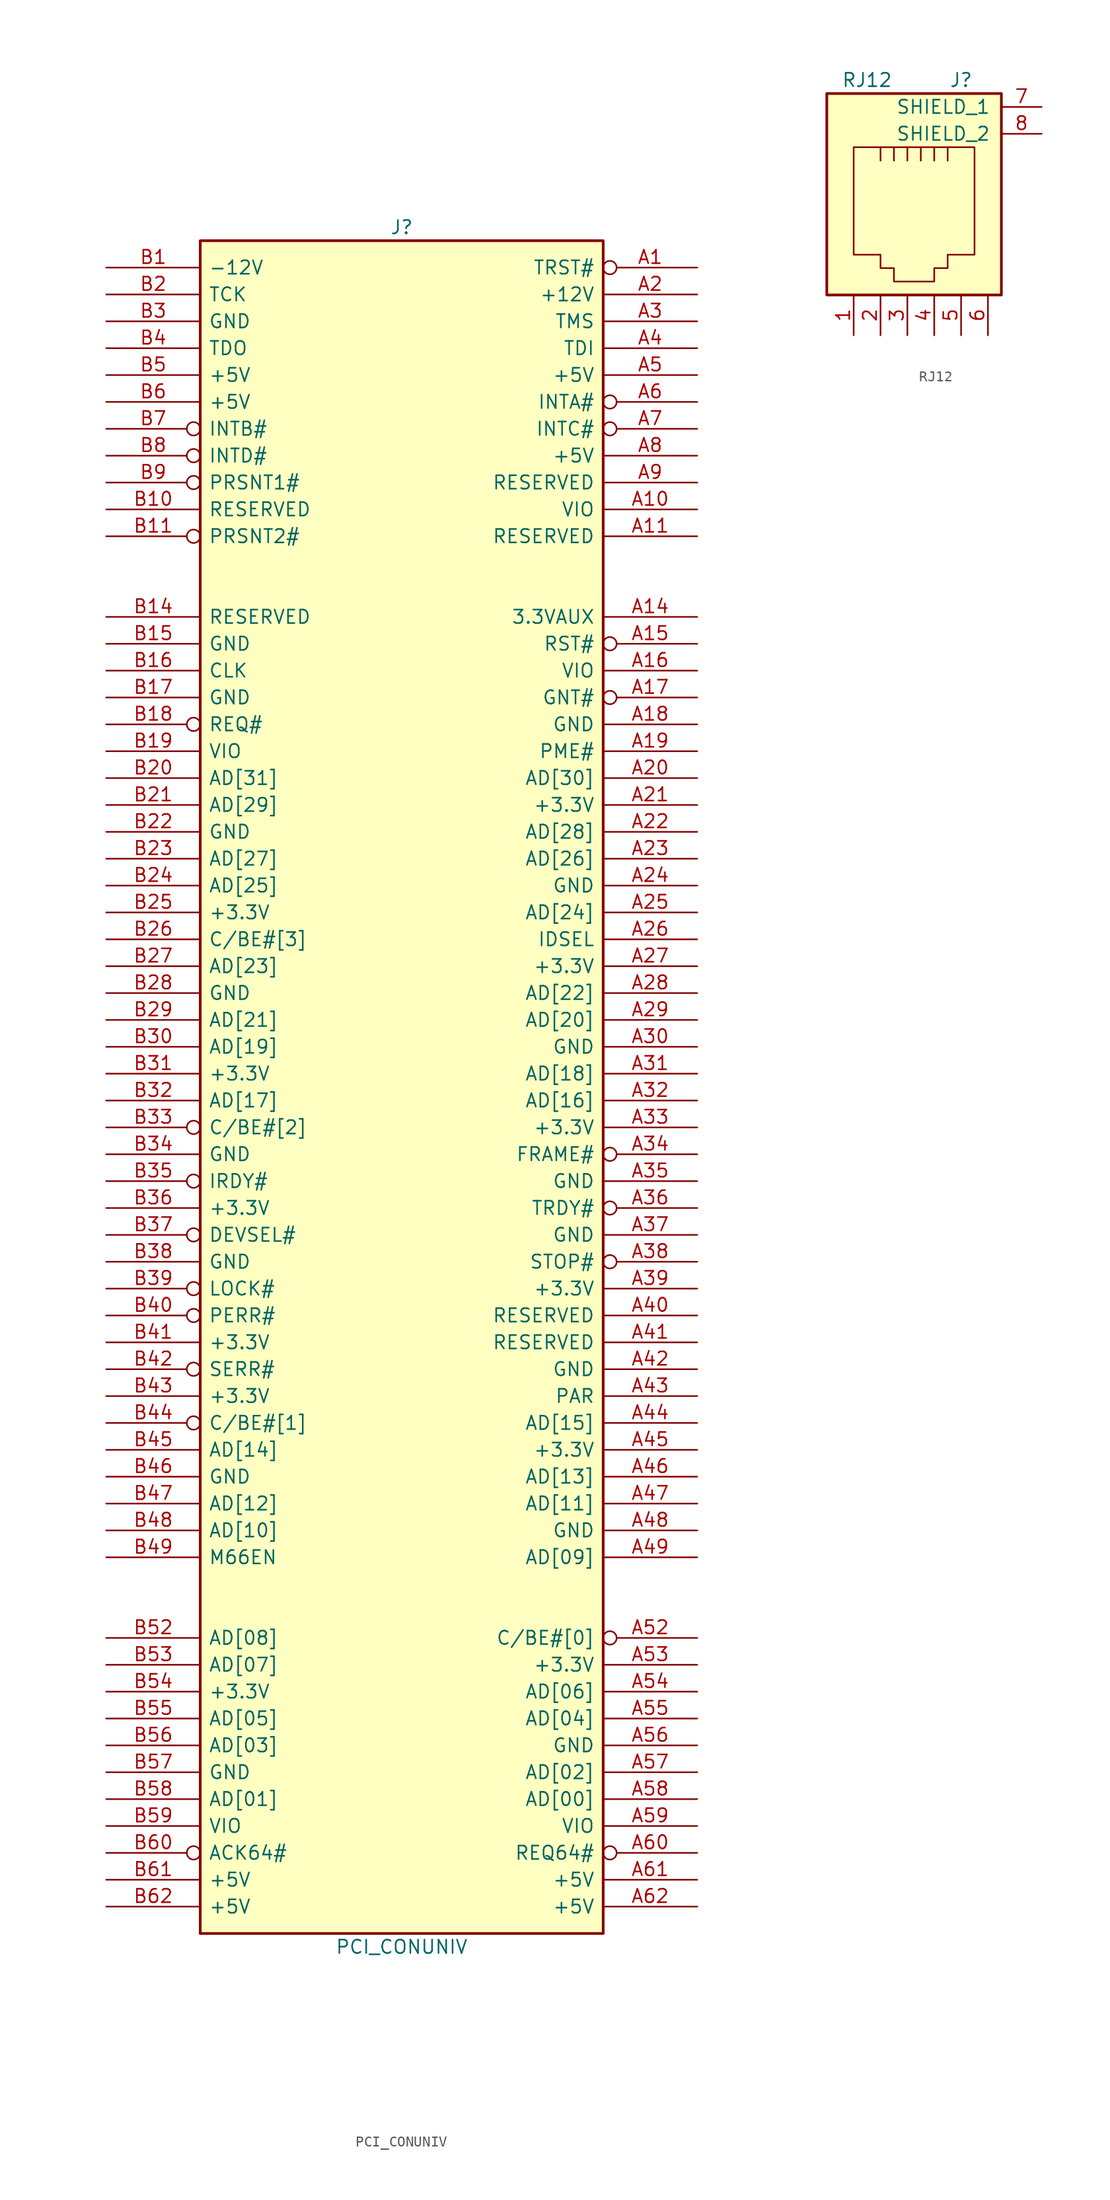
<source format=kicad_sym>
(kicad_symbol_lib
  (version 20211014)
  (generator kicad_symbol_editor)
  (symbol "PCI_CONUNIV"
    (pin_names
      (offset 0.762))
    (property "Reference" "J"
      (at 0 80.01 0)
      (effects (font (size 1.27 1.27))))
    (property "Value" "PCI_CONUNIV"
      (at 0 -82.55 0)
      (effects (font (size 1.27 1.27))))
    (symbol "PCI_CONUNIV_0_1"
      (rectangle (start -19.05 78.74) (end 19.05 -81.28) (stroke (width 0.254) (type default) (color 0 0 0 0)) (fill (type background))))
    (symbol "PCI_CONUNIV_1_1"
      (pin output inverted (at 27.94 76.2 180) (length 8.89) (name "TRST#" (effects (font (size 1.27 1.27)))) (number "A1" (effects (font (size 1.27 1.27)))))
      (pin power_in line (at 27.94 53.34 180) (length 8.89) (name "VIO" (effects (font (size 1.27 1.27)))) (number "A10" (effects (font (size 1.27 1.27)))))
      (pin passive line (at 27.94 50.8 180) (length 8.89) (name "RESERVED" (effects (font (size 1.27 1.27)))) (number "A11" (effects (font (size 1.27 1.27)))))
      (pin passive line (at 27.94 43.18 180) (length 8.89) (name "3.3VAUX" (effects (font (size 1.27 1.27)))) (number "A14" (effects (font (size 1.27 1.27)))))
      (pin output inverted (at 27.94 40.64 180) (length 8.89) (name "RST#" (effects (font (size 1.27 1.27)))) (number "A15" (effects (font (size 1.27 1.27)))))
      (pin power_in line (at 27.94 38.1 180) (length 8.89) (name "VIO" (effects (font (size 1.27 1.27)))) (number "A16" (effects (font (size 1.27 1.27)))))
      (pin bidirectional inverted (at 27.94 35.56 180) (length 8.89) (name "GNT#" (effects (font (size 1.27 1.27)))) (number "A17" (effects (font (size 1.27 1.27)))))
      (pin power_in line (at 27.94 33.02 180) (length 8.89) (name "GND" (effects (font (size 1.27 1.27)))) (number "A18" (effects (font (size 1.27 1.27)))))
      (pin passive line (at 27.94 30.48 180) (length 8.89) (name "PME#" (effects (font (size 1.27 1.27)))) (number "A19" (effects (font (size 1.27 1.27)))))
      (pin power_in line (at 27.94 73.66 180) (length 8.89) (name "+12V" (effects (font (size 1.27 1.27)))) (number "A2" (effects (font (size 1.27 1.27)))))
      (pin bidirectional line (at 27.94 27.94 180) (length 8.89) (name "AD[30]" (effects (font (size 1.27 1.27)))) (number "A20" (effects (font (size 1.27 1.27)))))
      (pin power_in line (at 27.94 25.4 180) (length 8.89) (name "+3.3V" (effects (font (size 1.27 1.27)))) (number "A21" (effects (font (size 1.27 1.27)))))
      (pin bidirectional line (at 27.94 22.86 180) (length 8.89) (name "AD[28]" (effects (font (size 1.27 1.27)))) (number "A22" (effects (font (size 1.27 1.27)))))
      (pin bidirectional line (at 27.94 20.32 180) (length 8.89) (name "AD[26]" (effects (font (size 1.27 1.27)))) (number "A23" (effects (font (size 1.27 1.27)))))
      (pin power_in line (at 27.94 17.78 180) (length 8.89) (name "GND" (effects (font (size 1.27 1.27)))) (number "A24" (effects (font (size 1.27 1.27)))))
      (pin bidirectional line (at 27.94 15.24 180) (length 8.89) (name "AD[24]" (effects (font (size 1.27 1.27)))) (number "A25" (effects (font (size 1.27 1.27)))))
      (pin output line (at 27.94 12.7 180) (length 8.89) (name "IDSEL" (effects (font (size 1.27 1.27)))) (number "A26" (effects (font (size 1.27 1.27)))))
      (pin power_in line (at 27.94 10.16 180) (length 8.89) (name "+3.3V" (effects (font (size 1.27 1.27)))) (number "A27" (effects (font (size 1.27 1.27)))))
      (pin bidirectional line (at 27.94 7.62 180) (length 8.89) (name "AD[22]" (effects (font (size 1.27 1.27)))) (number "A28" (effects (font (size 1.27 1.27)))))
      (pin bidirectional line (at 27.94 5.08 180) (length 8.89) (name "AD[20]" (effects (font (size 1.27 1.27)))) (number "A29" (effects (font (size 1.27 1.27)))))
      (pin output line (at 27.94 71.12 180) (length 8.89) (name "TMS" (effects (font (size 1.27 1.27)))) (number "A3" (effects (font (size 1.27 1.27)))))
      (pin power_in line (at 27.94 2.54 180) (length 8.89) (name "GND" (effects (font (size 1.27 1.27)))) (number "A30" (effects (font (size 1.27 1.27)))))
      (pin bidirectional line (at 27.94 0 180) (length 8.89) (name "AD[18]" (effects (font (size 1.27 1.27)))) (number "A31" (effects (font (size 1.27 1.27)))))
      (pin bidirectional line (at 27.94 -2.54 180) (length 8.89) (name "AD[16]" (effects (font (size 1.27 1.27)))) (number "A32" (effects (font (size 1.27 1.27)))))
      (pin power_in line (at 27.94 -5.08 180) (length 8.89) (name "+3.3V" (effects (font (size 1.27 1.27)))) (number "A33" (effects (font (size 1.27 1.27)))))
      (pin bidirectional inverted (at 27.94 -7.62 180) (length 8.89) (name "FRAME#" (effects (font (size 1.27 1.27)))) (number "A34" (effects (font (size 1.27 1.27)))))
      (pin power_in line (at 27.94 -10.16 180) (length 8.89) (name "GND" (effects (font (size 1.27 1.27)))) (number "A35" (effects (font (size 1.27 1.27)))))
      (pin bidirectional inverted (at 27.94 -12.7 180) (length 8.89) (name "TRDY#" (effects (font (size 1.27 1.27)))) (number "A36" (effects (font (size 1.27 1.27)))))
      (pin power_in line (at 27.94 -15.24 180) (length 8.89) (name "GND" (effects (font (size 1.27 1.27)))) (number "A37" (effects (font (size 1.27 1.27)))))
      (pin bidirectional inverted (at 27.94 -17.78 180) (length 8.89) (name "STOP#" (effects (font (size 1.27 1.27)))) (number "A38" (effects (font (size 1.27 1.27)))))
      (pin power_in line (at 27.94 -20.32 180) (length 8.89) (name "+3.3V" (effects (font (size 1.27 1.27)))) (number "A39" (effects (font (size 1.27 1.27)))))
      (pin output line (at 27.94 68.58 180) (length 8.89) (name "TDI" (effects (font (size 1.27 1.27)))) (number "A4" (effects (font (size 1.27 1.27)))))
      (pin bidirectional line (at 27.94 -22.86 180) (length 8.89) (name "RESERVED" (effects (font (size 1.27 1.27)))) (number "A40" (effects (font (size 1.27 1.27)))))
      (pin bidirectional line (at 27.94 -25.4 180) (length 8.89) (name "RESERVED" (effects (font (size 1.27 1.27)))) (number "A41" (effects (font (size 1.27 1.27)))))
      (pin power_in line (at 27.94 -27.94 180) (length 8.89) (name "GND" (effects (font (size 1.27 1.27)))) (number "A42" (effects (font (size 1.27 1.27)))))
      (pin bidirectional line (at 27.94 -30.48 180) (length 8.89) (name "PAR" (effects (font (size 1.27 1.27)))) (number "A43" (effects (font (size 1.27 1.27)))))
      (pin bidirectional line (at 27.94 -33.02 180) (length 8.89) (name "AD[15]" (effects (font (size 1.27 1.27)))) (number "A44" (effects (font (size 1.27 1.27)))))
      (pin power_in line (at 27.94 -35.56 180) (length 8.89) (name "+3.3V" (effects (font (size 1.27 1.27)))) (number "A45" (effects (font (size 1.27 1.27)))))
      (pin bidirectional line (at 27.94 -38.1 180) (length 8.89) (name "AD[13]" (effects (font (size 1.27 1.27)))) (number "A46" (effects (font (size 1.27 1.27)))))
      (pin bidirectional line (at 27.94 -40.64 180) (length 8.89) (name "AD[11]" (effects (font (size 1.27 1.27)))) (number "A47" (effects (font (size 1.27 1.27)))))
      (pin power_in line (at 27.94 -43.18 180) (length 8.89) (name "GND" (effects (font (size 1.27 1.27)))) (number "A48" (effects (font (size 1.27 1.27)))))
      (pin bidirectional line (at 27.94 -45.72 180) (length 8.89) (name "AD[09]" (effects (font (size 1.27 1.27)))) (number "A49" (effects (font (size 1.27 1.27)))))
      (pin power_in line (at 27.94 66.04 180) (length 8.89) (name "+5V" (effects (font (size 1.27 1.27)))) (number "A5" (effects (font (size 1.27 1.27)))))
      (pin bidirectional inverted (at 27.94 -53.34 180) (length 8.89) (name "C/BE#[0]" (effects (font (size 1.27 1.27)))) (number "A52" (effects (font (size 1.27 1.27)))))
      (pin power_in line (at 27.94 -55.88 180) (length 8.89) (name "+3.3V" (effects (font (size 1.27 1.27)))) (number "A53" (effects (font (size 1.27 1.27)))))
      (pin bidirectional line (at 27.94 -58.42 180) (length 8.89) (name "AD[06]" (effects (font (size 1.27 1.27)))) (number "A54" (effects (font (size 1.27 1.27)))))
      (pin bidirectional line (at 27.94 -60.96 180) (length 8.89) (name "AD[04]" (effects (font (size 1.27 1.27)))) (number "A55" (effects (font (size 1.27 1.27)))))
      (pin power_in line (at 27.94 -63.5 180) (length 8.89) (name "GND" (effects (font (size 1.27 1.27)))) (number "A56" (effects (font (size 1.27 1.27)))))
      (pin bidirectional line (at 27.94 -66.04 180) (length 8.89) (name "AD[02]" (effects (font (size 1.27 1.27)))) (number "A57" (effects (font (size 1.27 1.27)))))
      (pin bidirectional line (at 27.94 -68.58 180) (length 8.89) (name "AD[00]" (effects (font (size 1.27 1.27)))) (number "A58" (effects (font (size 1.27 1.27)))))
      (pin power_in line (at 27.94 -71.12 180) (length 8.89) (name "VIO" (effects (font (size 1.27 1.27)))) (number "A59" (effects (font (size 1.27 1.27)))))
      (pin input inverted (at 27.94 63.5 180) (length 8.89) (name "INTA#" (effects (font (size 1.27 1.27)))) (number "A6" (effects (font (size 1.27 1.27)))))
      (pin bidirectional inverted (at 27.94 -73.66 180) (length 8.89) (name "REQ64#" (effects (font (size 1.27 1.27)))) (number "A60" (effects (font (size 1.27 1.27)))))
      (pin power_in line (at 27.94 -76.2 180) (length 8.89) (name "+5V" (effects (font (size 1.27 1.27)))) (number "A61" (effects (font (size 1.27 1.27)))))
      (pin power_in line (at 27.94 -78.74 180) (length 8.89) (name "+5V" (effects (font (size 1.27 1.27)))) (number "A62" (effects (font (size 1.27 1.27)))))
      (pin input inverted (at 27.94 60.96 180) (length 8.89) (name "INTC#" (effects (font (size 1.27 1.27)))) (number "A7" (effects (font (size 1.27 1.27)))))
      (pin power_in line (at 27.94 58.42 180) (length 8.89) (name "+5V" (effects (font (size 1.27 1.27)))) (number "A8" (effects (font (size 1.27 1.27)))))
      (pin passive line (at 27.94 55.88 180) (length 8.89) (name "RESERVED" (effects (font (size 1.27 1.27)))) (number "A9" (effects (font (size 1.27 1.27)))))
      (pin power_in line (at -27.94 76.2 0) (length 8.89) (name "-12V" (effects (font (size 1.27 1.27)))) (number "B1" (effects (font (size 1.27 1.27)))))
      (pin passive line (at -27.94 53.34 0) (length 8.89) (name "RESERVED" (effects (font (size 1.27 1.27)))) (number "B10" (effects (font (size 1.27 1.27)))))
      (pin input inverted (at -27.94 50.8 0) (length 8.89) (name "PRSNT2#" (effects (font (size 1.27 1.27)))) (number "B11" (effects (font (size 1.27 1.27)))))
      (pin passive line (at -27.94 43.18 0) (length 8.89) (name "RESERVED" (effects (font (size 1.27 1.27)))) (number "B14" (effects (font (size 1.27 1.27)))))
      (pin power_in line (at -27.94 40.64 0) (length 8.89) (name "GND" (effects (font (size 1.27 1.27)))) (number "B15" (effects (font (size 1.27 1.27)))))
      (pin output line (at -27.94 38.1 0) (length 8.89) (name "CLK" (effects (font (size 1.27 1.27)))) (number "B16" (effects (font (size 1.27 1.27)))))
      (pin power_in line (at -27.94 35.56 0) (length 8.89) (name "GND" (effects (font (size 1.27 1.27)))) (number "B17" (effects (font (size 1.27 1.27)))))
      (pin bidirectional inverted (at -27.94 33.02 0) (length 8.89) (name "REQ#" (effects (font (size 1.27 1.27)))) (number "B18" (effects (font (size 1.27 1.27)))))
      (pin power_in line (at -27.94 30.48 0) (length 8.89) (name "VIO" (effects (font (size 1.27 1.27)))) (number "B19" (effects (font (size 1.27 1.27)))))
      (pin output line (at -27.94 73.66 0) (length 8.89) (name "TCK" (effects (font (size 1.27 1.27)))) (number "B2" (effects (font (size 1.27 1.27)))))
      (pin bidirectional line (at -27.94 27.94 0) (length 8.89) (name "AD[31]" (effects (font (size 1.27 1.27)))) (number "B20" (effects (font (size 1.27 1.27)))))
      (pin bidirectional line (at -27.94 25.4 0) (length 8.89) (name "AD[29]" (effects (font (size 1.27 1.27)))) (number "B21" (effects (font (size 1.27 1.27)))))
      (pin power_in line (at -27.94 22.86 0) (length 8.89) (name "GND" (effects (font (size 1.27 1.27)))) (number "B22" (effects (font (size 1.27 1.27)))))
      (pin bidirectional line (at -27.94 20.32 0) (length 8.89) (name "AD[27]" (effects (font (size 1.27 1.27)))) (number "B23" (effects (font (size 1.27 1.27)))))
      (pin bidirectional line (at -27.94 17.78 0) (length 8.89) (name "AD[25]" (effects (font (size 1.27 1.27)))) (number "B24" (effects (font (size 1.27 1.27)))))
      (pin power_in line (at -27.94 15.24 0) (length 8.89) (name "+3.3V" (effects (font (size 1.27 1.27)))) (number "B25" (effects (font (size 1.27 1.27)))))
      (pin bidirectional line (at -27.94 12.7 0) (length 8.89) (name "C/BE#[3]" (effects (font (size 1.27 1.27)))) (number "B26" (effects (font (size 1.27 1.27)))))
      (pin bidirectional line (at -27.94 10.16 0) (length 8.89) (name "AD[23]" (effects (font (size 1.27 1.27)))) (number "B27" (effects (font (size 1.27 1.27)))))
      (pin power_in line (at -27.94 7.62 0) (length 8.89) (name "GND" (effects (font (size 1.27 1.27)))) (number "B28" (effects (font (size 1.27 1.27)))))
      (pin bidirectional line (at -27.94 5.08 0) (length 8.89) (name "AD[21]" (effects (font (size 1.27 1.27)))) (number "B29" (effects (font (size 1.27 1.27)))))
      (pin input line (at -27.94 71.12 0) (length 8.89) (name "GND" (effects (font (size 1.27 1.27)))) (number "B3" (effects (font (size 1.27 1.27)))))
      (pin bidirectional line (at -27.94 2.54 0) (length 8.89) (name "AD[19]" (effects (font (size 1.27 1.27)))) (number "B30" (effects (font (size 1.27 1.27)))))
      (pin power_in line (at -27.94 0 0) (length 8.89) (name "+3.3V" (effects (font (size 1.27 1.27)))) (number "B31" (effects (font (size 1.27 1.27)))))
      (pin bidirectional line (at -27.94 -2.54 0) (length 8.89) (name "AD[17]" (effects (font (size 1.27 1.27)))) (number "B32" (effects (font (size 1.27 1.27)))))
      (pin bidirectional inverted (at -27.94 -5.08 0) (length 8.89) (name "C/BE#[2]" (effects (font (size 1.27 1.27)))) (number "B33" (effects (font (size 1.27 1.27)))))
      (pin power_in line (at -27.94 -7.62 0) (length 8.89) (name "GND" (effects (font (size 1.27 1.27)))) (number "B34" (effects (font (size 1.27 1.27)))))
      (pin bidirectional inverted (at -27.94 -10.16 0) (length 8.89) (name "IRDY#" (effects (font (size 1.27 1.27)))) (number "B35" (effects (font (size 1.27 1.27)))))
      (pin power_in line (at -27.94 -12.7 0) (length 8.89) (name "+3.3V" (effects (font (size 1.27 1.27)))) (number "B36" (effects (font (size 1.27 1.27)))))
      (pin bidirectional inverted (at -27.94 -15.24 0) (length 8.89) (name "DEVSEL#" (effects (font (size 1.27 1.27)))) (number "B37" (effects (font (size 1.27 1.27)))))
      (pin power_in line (at -27.94 -17.78 0) (length 8.89) (name "GND" (effects (font (size 1.27 1.27)))) (number "B38" (effects (font (size 1.27 1.27)))))
      (pin bidirectional inverted (at -27.94 -20.32 0) (length 8.89) (name "LOCK#" (effects (font (size 1.27 1.27)))) (number "B39" (effects (font (size 1.27 1.27)))))
      (pin input line (at -27.94 68.58 0) (length 8.89) (name "TDO" (effects (font (size 1.27 1.27)))) (number "B4" (effects (font (size 1.27 1.27)))))
      (pin bidirectional inverted (at -27.94 -22.86 0) (length 8.89) (name "PERR#" (effects (font (size 1.27 1.27)))) (number "B40" (effects (font (size 1.27 1.27)))))
      (pin power_in line (at -27.94 -25.4 0) (length 8.89) (name "+3.3V" (effects (font (size 1.27 1.27)))) (number "B41" (effects (font (size 1.27 1.27)))))
      (pin input inverted (at -27.94 -27.94 0) (length 8.89) (name "SERR#" (effects (font (size 1.27 1.27)))) (number "B42" (effects (font (size 1.27 1.27)))))
      (pin power_in line (at -27.94 -30.48 0) (length 8.89) (name "+3.3V" (effects (font (size 1.27 1.27)))) (number "B43" (effects (font (size 1.27 1.27)))))
      (pin bidirectional inverted (at -27.94 -33.02 0) (length 8.89) (name "C/BE#[1]" (effects (font (size 1.27 1.27)))) (number "B44" (effects (font (size 1.27 1.27)))))
      (pin bidirectional line (at -27.94 -35.56 0) (length 8.89) (name "AD[14]" (effects (font (size 1.27 1.27)))) (number "B45" (effects (font (size 1.27 1.27)))))
      (pin power_in line (at -27.94 -38.1 0) (length 8.89) (name "GND" (effects (font (size 1.27 1.27)))) (number "B46" (effects (font (size 1.27 1.27)))))
      (pin bidirectional line (at -27.94 -40.64 0) (length 8.89) (name "AD[12]" (effects (font (size 1.27 1.27)))) (number "B47" (effects (font (size 1.27 1.27)))))
      (pin bidirectional line (at -27.94 -43.18 0) (length 8.89) (name "AD[10]" (effects (font (size 1.27 1.27)))) (number "B48" (effects (font (size 1.27 1.27)))))
      (pin power_in line (at -27.94 -45.72 0) (length 8.89) (name "M66EN" (effects (font (size 1.27 1.27)))) (number "B49" (effects (font (size 1.27 1.27)))))
      (pin power_in line (at -27.94 66.04 0) (length 8.89) (name "+5V" (effects (font (size 1.27 1.27)))) (number "B5" (effects (font (size 1.27 1.27)))))
      (pin bidirectional line (at -27.94 -53.34 0) (length 8.89) (name "AD[08]" (effects (font (size 1.27 1.27)))) (number "B52" (effects (font (size 1.27 1.27)))))
      (pin bidirectional line (at -27.94 -55.88 0) (length 8.89) (name "AD[07]" (effects (font (size 1.27 1.27)))) (number "B53" (effects (font (size 1.27 1.27)))))
      (pin input line (at -27.94 -58.42 0) (length 8.89) (name "+3.3V" (effects (font (size 1.27 1.27)))) (number "B54" (effects (font (size 1.27 1.27)))))
      (pin bidirectional line (at -27.94 -60.96 0) (length 8.89) (name "AD[05]" (effects (font (size 1.27 1.27)))) (number "B55" (effects (font (size 1.27 1.27)))))
      (pin bidirectional line (at -27.94 -63.5 0) (length 8.89) (name "AD[03]" (effects (font (size 1.27 1.27)))) (number "B56" (effects (font (size 1.27 1.27)))))
      (pin power_in line (at -27.94 -66.04 0) (length 8.89) (name "GND" (effects (font (size 1.27 1.27)))) (number "B57" (effects (font (size 1.27 1.27)))))
      (pin bidirectional line (at -27.94 -68.58 0) (length 8.89) (name "AD[01]" (effects (font (size 1.27 1.27)))) (number "B58" (effects (font (size 1.27 1.27)))))
      (pin power_in line (at -27.94 -71.12 0) (length 8.89) (name "VIO" (effects (font (size 1.27 1.27)))) (number "B59" (effects (font (size 1.27 1.27)))))
      (pin power_in line (at -27.94 63.5 0) (length 8.89) (name "+5V" (effects (font (size 1.27 1.27)))) (number "B6" (effects (font (size 1.27 1.27)))))
      (pin bidirectional inverted (at -27.94 -73.66 0) (length 8.89) (name "ACK64#" (effects (font (size 1.27 1.27)))) (number "B60" (effects (font (size 1.27 1.27)))))
      (pin power_in line (at -27.94 -76.2 0) (length 8.89) (name "+5V" (effects (font (size 1.27 1.27)))) (number "B61" (effects (font (size 1.27 1.27)))))
      (pin power_in line (at -27.94 -78.74 0) (length 8.89) (name "+5V" (effects (font (size 1.27 1.27)))) (number "B62" (effects (font (size 1.27 1.27)))))
      (pin input inverted (at -27.94 60.96 0) (length 8.89) (name "INTB#" (effects (font (size 1.27 1.27)))) (number "B7" (effects (font (size 1.27 1.27)))))
      (pin input inverted (at -27.94 58.42 0) (length 8.89) (name "INTD#" (effects (font (size 1.27 1.27)))) (number "B8" (effects (font (size 1.27 1.27)))))
      (pin input inverted (at -27.94 55.88 0) (length 8.89) (name "PRSNT1#" (effects (font (size 1.27 1.27)))) (number "B9" (effects (font (size 1.27 1.27)))))))
  (symbol "RJ12"
    (pin_names
      (offset 1.016))
    (property "Reference" "J"
      (at 5.08 12.7 0)
      (effects (font (size 1.27 1.27))))
    (property "Value" "RJ12"
      (at -3.81 12.7 0)
      (effects (font (size 1.27 1.27))))
    (symbol "RJ12_0_1"
      (polyline (pts (xy -2.54 6.35) (xy -2.54 5.08) (xy -2.54 5.08)) (stroke (width 0) (type default) (color 0 0 0 0)) (fill (type none)))
      (polyline (pts (xy -1.27 6.35) (xy -1.27 5.08) (xy -1.27 5.08)) (stroke (width 0) (type default) (color 0 0 0 0)) (fill (type none)))
      (polyline (pts (xy 0 6.35) (xy 0 5.08) (xy 0 5.08)) (stroke (width 0) (type default) (color 0 0 0 0)) (fill (type none)))
      (polyline (pts (xy 1.27 6.35) (xy 1.27 5.08) (xy 1.27 5.08)) (stroke (width 0) (type default) (color 0 0 0 0)) (fill (type none)))
      (polyline (pts (xy 2.54 6.35) (xy 2.54 5.08) (xy 2.54 5.08)) (stroke (width 0) (type default) (color 0 0 0 0)) (fill (type none)))
      (polyline (pts (xy 3.81 5.08) (xy 3.81 6.35) (xy 3.81 6.35)) (stroke (width 0) (type default) (color 0 0 0 0)) (fill (type none)))
      (polyline (pts (xy -5.08 6.35) (xy 6.35 6.35) (xy 6.35 -3.81) (xy 3.81 -3.81) (xy 3.81 -5.08) (xy 2.54 -5.08) (xy 2.54 -6.35) (xy -1.27 -6.35) (xy -1.27 -5.08) (xy -2.54 -5.08) (xy -2.54 -3.81) (xy -5.08 -3.81) (xy -5.08 6.35) (xy -5.08 6.35)) (stroke (width 0) (type default) (color 0 0 0 0)) (fill (type none)))
      (rectangle (start 8.89 -7.62) (end -7.62 11.43) (stroke (width 0.254) (type default) (color 0 0 0 0)) (fill (type background))))
    (symbol "RJ12_1_1"
      (pin passive line (at -5.08 -11.43 90) (length 3.81) (name "~" (effects (font (size 1.27 1.27)))) (number "1" (effects (font (size 1.27 1.27)))))
      (pin passive line (at -2.54 -11.43 90) (length 3.81) (name "~" (effects (font (size 1.27 1.27)))) (number "2" (effects (font (size 1.27 1.27)))))
      (pin passive line (at 0 -11.43 90) (length 3.81) (name "~" (effects (font (size 1.27 1.27)))) (number "3" (effects (font (size 1.27 1.27)))))
      (pin passive line (at 2.54 -11.43 90) (length 3.81) (name "~" (effects (font (size 1.27 1.27)))) (number "4" (effects (font (size 1.27 1.27)))))
      (pin passive line (at 5.08 -11.43 90) (length 3.81) (name "~" (effects (font (size 1.27 1.27)))) (number "5" (effects (font (size 1.27 1.27)))))
      (pin passive line (at 7.62 -11.43 90) (length 3.81) (name "~" (effects (font (size 1.27 1.27)))) (number "6" (effects (font (size 1.27 1.27)))))
      (pin passive line (at 12.7 10.16 180) (length 3.81) (name "SHIELD_1" (effects (font (size 1.27 1.27)))) (number "7" (effects (font (size 1.27 1.27)))))
      (pin passive line (at 12.7 7.62 180) (length 3.81) (name "SHIELD_2" (effects (font (size 1.27 1.27)))) (number "8" (effects (font (size 1.27 1.27))))))))
</source>
